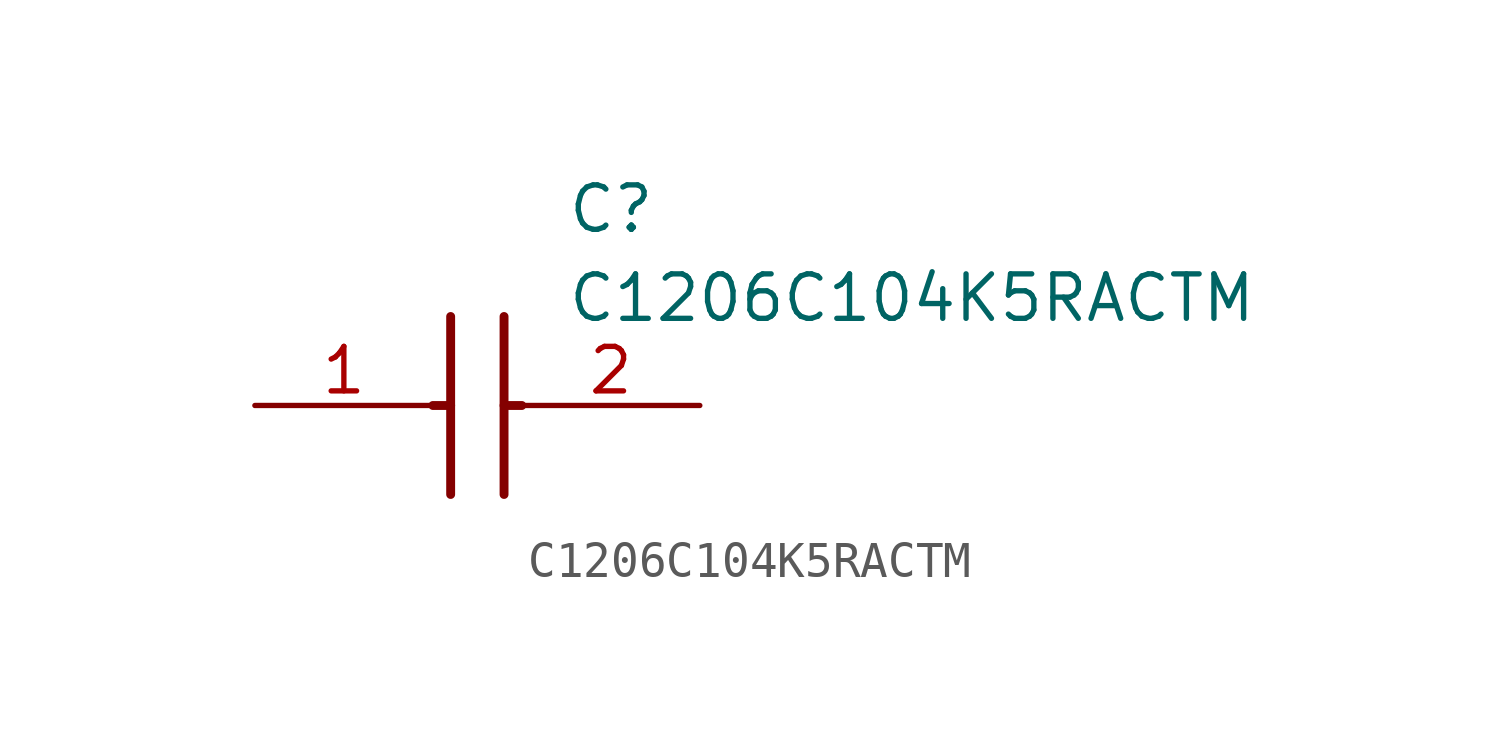
<source format=kicad_sym>
(kicad_symbol_lib
  (version 20211014)
  (generator SamacSys_ECAD_Model)
  (symbol "C1206C104K5RACTM"
    (pin_names hide)
    (property "Reference" "C"
      (at 8.89 6.35 0)
      (effects (font (size 1.27 1.27)) (justify left top)))
    (property "Value" "C1206C104K5RACTM"
      (at 8.89 3.81 0)
      (effects (font (size 1.27 1.27)) (justify left top)))
    (polyline
      (pts (xy 5.588 2.54) (xy 5.588 -2.54))
      (stroke (width 0.254) (type default))
      (fill (type none)))
    (polyline
      (pts (xy 7.112 2.54) (xy 7.112 -2.54))
      (stroke (width 0.254) (type default))
      (fill (type none)))
    (polyline
      (pts (xy 5.08 0) (xy 5.588 0))
      (stroke (width 0.254) (type default))
      (fill (type none)))
    (polyline
      (pts (xy 7.112 0) (xy 7.62 0))
      (stroke (width 0.254) (type default))
      (fill (type none)))
    (pin passive line
      (at 0 0 0)
      (length 5.08)
      (name "1" (effects (font (size 1.27 1.27))))
      (number "1" (effects (font (size 1.27 1.27)))))
    (pin passive line
      (at 12.7 0 180)
      (length 5.08)
      (name "2" (effects (font (size 1.27 1.27))))
      (number "2" (effects (font (size 1.27 1.27)))))))
</source>
